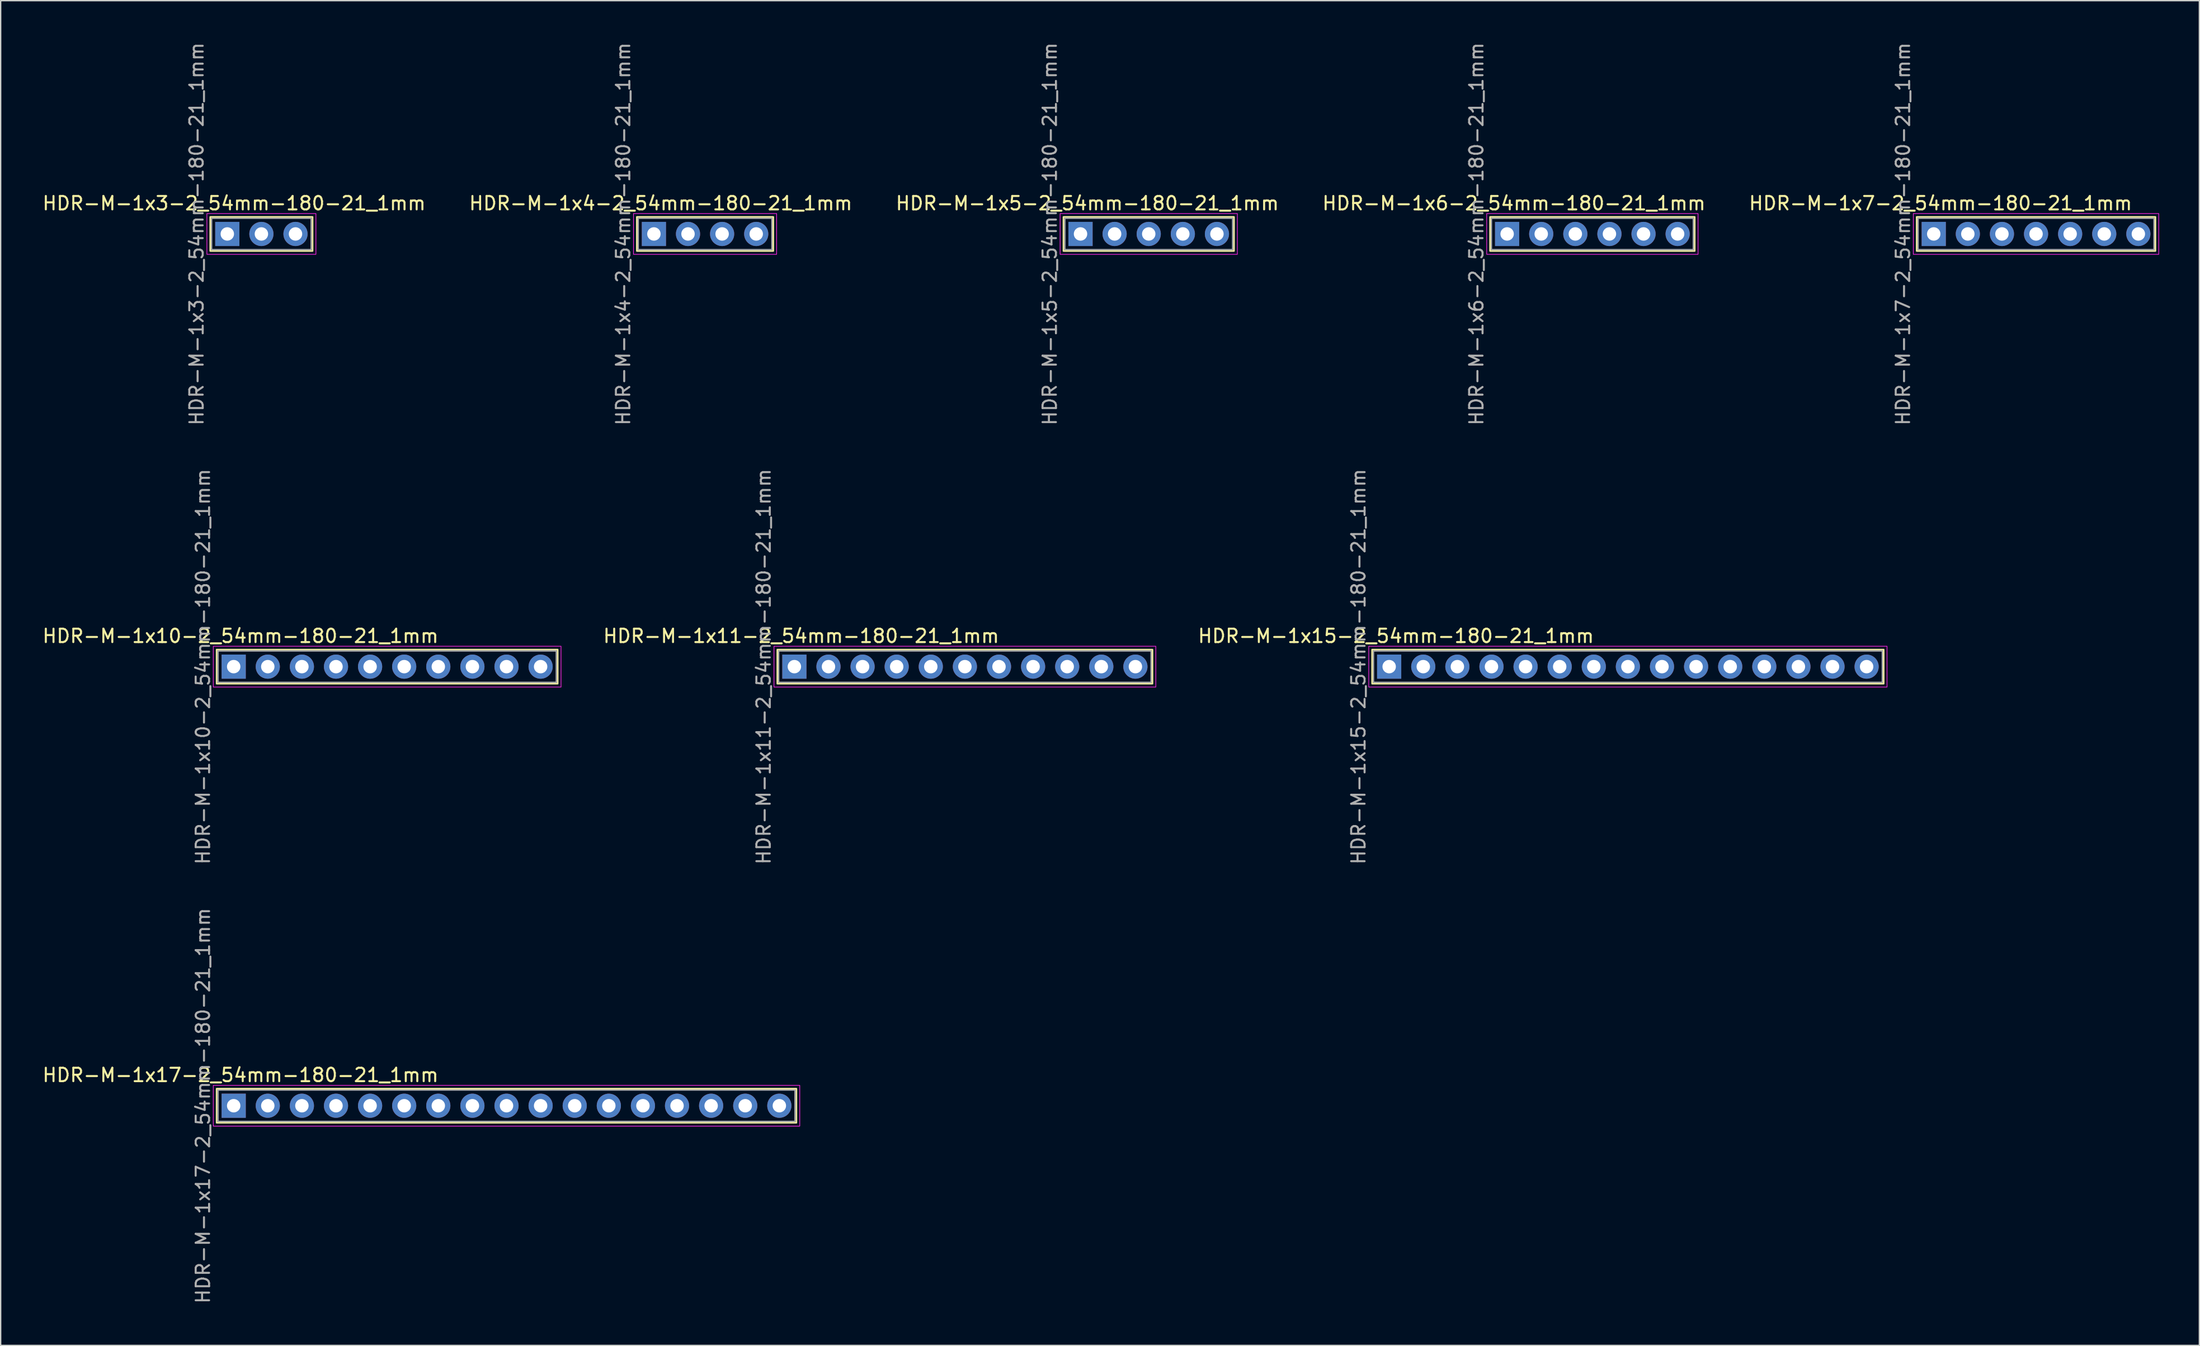
<source format=kicad_pcb>
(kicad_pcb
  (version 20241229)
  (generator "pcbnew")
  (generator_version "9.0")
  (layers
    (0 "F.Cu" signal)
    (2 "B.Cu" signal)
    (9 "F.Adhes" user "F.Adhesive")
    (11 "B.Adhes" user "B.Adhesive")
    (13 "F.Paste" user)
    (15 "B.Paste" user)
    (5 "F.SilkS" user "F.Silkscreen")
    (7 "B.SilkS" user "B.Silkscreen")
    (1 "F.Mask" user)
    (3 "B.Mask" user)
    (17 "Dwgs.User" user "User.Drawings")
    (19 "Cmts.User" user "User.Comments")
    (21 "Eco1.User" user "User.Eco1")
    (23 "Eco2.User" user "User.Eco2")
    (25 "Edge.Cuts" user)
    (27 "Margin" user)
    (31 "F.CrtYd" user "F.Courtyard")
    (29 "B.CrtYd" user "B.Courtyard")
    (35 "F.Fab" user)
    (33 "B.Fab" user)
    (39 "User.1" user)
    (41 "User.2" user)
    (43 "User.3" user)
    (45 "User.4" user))
  (footprint "HDR-M-1x5-2_54mm-180-21_1mm"
    (layer "F.Cu")
    (at 77.427 14.387)
    (property "Reference" "HDR-M-1x5-2_54mm-180-21_1mm" (at 0.508 -2.286 0) (unlocked yes) (layer "F.SilkS") (effects (font (size 1 1) (thickness 0.15))))
    (attr through_hole)
    (fp_rect (start -1.27 -1.27) (end 11.43 1.27) (stroke (width 0.12) (type solid)) (fill no) (layer "F.SilkS"))
    (fp_rect (start -1.52 -1.52) (end 11.68 1.52) (stroke (width 0.05) (type solid)) (fill no) (layer "F.CrtYd"))
    (fp_rect (start -1.17 -1.17) (end 11.33 1.17) (stroke (width 0.1) (type solid)) (fill no) (layer "F.Fab"))
    (fp_text user "${REFERENCE}" (at -2.286 0 90) (unlocked yes) (layer "F.Fab") (effects (font (size 1 1) (thickness 0.15))))
    (pad "1" thru_hole rect (at 0 0) (size 1.8 1.8) (drill 1) (layers "*.Cu" "*.Mask"))
    (pad "2" thru_hole circle (at 2.54 0) (size 1.8 1.8) (drill 1) (layers "*.Cu" "*.Mask"))
    (pad "3" thru_hole circle (at 5.08 0) (size 1.8 1.8) (drill 1) (layers "*.Cu" "*.Mask"))
    (pad "4" thru_hole circle (at 7.62 0) (size 1.8 1.8) (drill 1) (layers "*.Cu" "*.Mask"))
    (pad "5" thru_hole circle (at 10.16 0) (size 1.8 1.8) (drill 1) (layers "*.Cu" "*.Mask")))
  (footprint "HDR-M-1x17-2_54mm-180-21_1mm"
    (layer "F.Cu")
    (at 14.355 79.363)
    (property "Reference" "HDR-M-1x17-2_54mm-180-21_1mm" (at 0.508 -2.286 0) (unlocked yes) (layer "F.SilkS") (effects (font (size 1 1) (thickness 0.15))))
    (attr through_hole)
    (fp_rect (start -1.27 -1.27) (end 41.91 1.27) (stroke (width 0.12) (type solid)) (fill no) (layer "F.SilkS"))
    (fp_rect (start -1.52 -1.52) (end 42.16 1.52) (stroke (width 0.05) (type solid)) (fill no) (layer "F.CrtYd"))
    (fp_rect (start -1.17 -1.17) (end 41.81 1.17) (stroke (width 0.1) (type solid)) (fill no) (layer "F.Fab"))
    (fp_text user "${REFERENCE}" (at -2.286 0 90) (unlocked yes) (layer "F.Fab") (effects (font (size 1 1) (thickness 0.15))))
    (pad "1" thru_hole rect (at 0 0) (size 1.8 1.8) (drill 1) (layers "*.Cu" "*.Mask"))
    (pad "2" thru_hole circle (at 2.54 0) (size 1.8 1.8) (drill 1) (layers "*.Cu" "*.Mask"))
    (pad "3" thru_hole circle (at 5.08 0) (size 1.8 1.8) (drill 1) (layers "*.Cu" "*.Mask"))
    (pad "4" thru_hole circle (at 7.62 0) (size 1.8 1.8) (drill 1) (layers "*.Cu" "*.Mask"))
    (pad "5" thru_hole circle (at 10.16 0) (size 1.8 1.8) (drill 1) (layers "*.Cu" "*.Mask"))
    (pad "6" thru_hole circle (at 12.7 0) (size 1.8 1.8) (drill 1) (layers "*.Cu" "*.Mask"))
    (pad "7" thru_hole circle (at 15.24 0) (size 1.8 1.8) (drill 1) (layers "*.Cu" "*.Mask"))
    (pad "8" thru_hole circle (at 17.78 0) (size 1.8 1.8) (drill 1) (layers "*.Cu" "*.Mask"))
    (pad "9" thru_hole circle (at 20.32 0) (size 1.8 1.8) (drill 1) (layers "*.Cu" "*.Mask"))
    (pad "10" thru_hole circle (at 22.86 0) (size 1.8 1.8) (drill 1) (layers "*.Cu" "*.Mask"))
    (pad "11" thru_hole circle (at 25.4 0) (size 1.8 1.8) (drill 1) (layers "*.Cu" "*.Mask"))
    (pad "12" thru_hole circle (at 27.94 0) (size 1.8 1.8) (drill 1) (layers "*.Cu" "*.Mask"))
    (pad "13" thru_hole circle (at 30.48 0) (size 1.8 1.8) (drill 1) (layers "*.Cu" "*.Mask"))
    (pad "14" thru_hole circle (at 33.02 0) (size 1.8 1.8) (drill 1) (layers "*.Cu" "*.Mask"))
    (pad "15" thru_hole circle (at 35.56 0) (size 1.8 1.8) (drill 1) (layers "*.Cu" "*.Mask"))
    (pad "16" thru_hole circle (at 38.1 0) (size 1.8 1.8) (drill 1) (layers "*.Cu" "*.Mask"))
    (pad "17" thru_hole circle (at 40.64 0) (size 1.8 1.8) (drill 1) (layers "*.Cu" "*.Mask")))
  (footprint "HDR-M-1x6-2_54mm-180-21_1mm"
    (layer "F.Cu")
    (at 109.2 14.387)
    (property "Reference" "HDR-M-1x6-2_54mm-180-21_1mm" (at 0.508 -2.286 0) (unlocked yes) (layer "F.SilkS") (effects (font (size 1 1) (thickness 0.15))))
    (attr through_hole)
    (fp_rect (start -1.27 -1.27) (end 13.97 1.27) (stroke (width 0.12) (type solid)) (fill no) (layer "F.SilkS"))
    (fp_rect (start -1.52 -1.52) (end 14.22 1.52) (stroke (width 0.05) (type solid)) (fill no) (layer "F.CrtYd"))
    (fp_rect (start -1.17 -1.17) (end 13.87 1.17) (stroke (width 0.1) (type solid)) (fill no) (layer "F.Fab"))
    (fp_text user "${REFERENCE}" (at -2.286 0 90) (unlocked yes) (layer "F.Fab") (effects (font (size 1 1) (thickness 0.15))))
    (pad "1" thru_hole rect (at 0 0) (size 1.8 1.8) (drill 1) (layers "*.Cu" "*.Mask"))
    (pad "2" thru_hole circle (at 2.54 0) (size 1.8 1.8) (drill 1) (layers "*.Cu" "*.Mask"))
    (pad "3" thru_hole circle (at 5.08 0) (size 1.8 1.8) (drill 1) (layers "*.Cu" "*.Mask"))
    (pad "4" thru_hole circle (at 7.62 0) (size 1.8 1.8) (drill 1) (layers "*.Cu" "*.Mask"))
    (pad "5" thru_hole circle (at 10.16 0) (size 1.8 1.8) (drill 1) (layers "*.Cu" "*.Mask"))
    (pad "6" thru_hole circle (at 12.7 0) (size 1.8 1.8) (drill 1) (layers "*.Cu" "*.Mask")))
  (footprint "HDR-M-1x3-2_54mm-180-21_1mm"
    (layer "F.Cu")
    (at 13.879 14.387)
    (property "Reference" "HDR-M-1x3-2_54mm-180-21_1mm" (at 0.508 -2.286 0) (unlocked yes) (layer "F.SilkS") (effects (font (size 1 1) (thickness 0.15))))
    (attr through_hole)
    (fp_rect (start -1.27 -1.27) (end 6.35 1.27) (stroke (width 0.12) (type solid)) (fill no) (layer "F.SilkS"))
    (fp_rect (start -1.52 -1.52) (end 6.6 1.52) (stroke (width 0.05) (type solid)) (fill no) (layer "F.CrtYd"))
    (fp_rect (start -1.17 -1.17) (end 6.25 1.17) (stroke (width 0.1) (type solid)) (fill no) (layer "F.Fab"))
    (fp_text user "${REFERENCE}" (at -2.286 0 90) (unlocked yes) (layer "F.Fab") (effects (font (size 1 1) (thickness 0.15))))
    (pad "1" thru_hole rect (at 0 0) (size 1.8 1.8) (drill 1) (layers "*.Cu" "*.Mask"))
    (pad "2" thru_hole circle (at 2.54 0) (size 1.8 1.8) (drill 1) (layers "*.Cu" "*.Mask"))
    (pad "3" thru_hole circle (at 5.08 0) (size 1.8 1.8) (drill 1) (layers "*.Cu" "*.Mask")))
  (footprint "HDR-M-1x15-2_54mm-180-21_1mm"
    (layer "F.Cu")
    (at 100.415 46.637)
    (property "Reference" "HDR-M-1x15-2_54mm-180-21_1mm" (at 0.508 -2.286 0) (unlocked yes) (layer "F.SilkS") (effects (font (size 1 1) (thickness 0.15))))
    (attr through_hole)
    (fp_rect (start -1.27 -1.27) (end 36.83 1.27) (stroke (width 0.12) (type solid)) (fill no) (layer "F.SilkS"))
    (fp_rect (start -1.52 -1.52) (end 37.08 1.52) (stroke (width 0.05) (type solid)) (fill no) (layer "F.CrtYd"))
    (fp_rect (start -1.17 -1.17) (end 36.73 1.17) (stroke (width 0.1) (type solid)) (fill no) (layer "F.Fab"))
    (fp_text user "${REFERENCE}" (at -2.286 0 90) (unlocked yes) (layer "F.Fab") (effects (font (size 1 1) (thickness 0.15))))
    (pad "1" thru_hole rect (at 0 0) (size 1.8 1.8) (drill 1) (layers "*.Cu" "*.Mask"))
    (pad "2" thru_hole circle (at 2.54 0) (size 1.8 1.8) (drill 1) (layers "*.Cu" "*.Mask"))
    (pad "3" thru_hole circle (at 5.08 0) (size 1.8 1.8) (drill 1) (layers "*.Cu" "*.Mask"))
    (pad "4" thru_hole circle (at 7.62 0) (size 1.8 1.8) (drill 1) (layers "*.Cu" "*.Mask"))
    (pad "5" thru_hole circle (at 10.16 0) (size 1.8 1.8) (drill 1) (layers "*.Cu" "*.Mask"))
    (pad "6" thru_hole circle (at 12.7 0) (size 1.8 1.8) (drill 1) (layers "*.Cu" "*.Mask"))
    (pad "7" thru_hole circle (at 15.24 0) (size 1.8 1.8) (drill 1) (layers "*.Cu" "*.Mask"))
    (pad "8" thru_hole circle (at 17.78 0) (size 1.8 1.8) (drill 1) (layers "*.Cu" "*.Mask"))
    (pad "9" thru_hole circle (at 20.32 0) (size 1.8 1.8) (drill 1) (layers "*.Cu" "*.Mask"))
    (pad "10" thru_hole circle (at 22.86 0) (size 1.8 1.8) (drill 1) (layers "*.Cu" "*.Mask"))
    (pad "11" thru_hole circle (at 25.4 0) (size 1.8 1.8) (drill 1) (layers "*.Cu" "*.Mask"))
    (pad "12" thru_hole circle (at 27.94 0) (size 1.8 1.8) (drill 1) (layers "*.Cu" "*.Mask"))
    (pad "13" thru_hole circle (at 30.48 0) (size 1.8 1.8) (drill 1) (layers "*.Cu" "*.Mask"))
    (pad "14" thru_hole circle (at 33.02 0) (size 1.8 1.8) (drill 1) (layers "*.Cu" "*.Mask"))
    (pad "15" thru_hole circle (at 35.56 0) (size 1.8 1.8) (drill 1) (layers "*.Cu" "*.Mask")))
  (footprint "HDR-M-1x4-2_54mm-180-21_1mm"
    (layer "F.Cu")
    (at 45.653 14.387)
    (property "Reference" "HDR-M-1x4-2_54mm-180-21_1mm" (at 0.508 -2.286 0) (unlocked yes) (layer "F.SilkS") (effects (font (size 1 1) (thickness 0.15))))
    (attr through_hole)
    (fp_rect (start -1.27 -1.27) (end 8.89 1.27) (stroke (width 0.12) (type solid)) (fill no) (layer "F.SilkS"))
    (fp_rect (start -1.52 -1.52) (end 9.14 1.52) (stroke (width 0.05) (type solid)) (fill no) (layer "F.CrtYd"))
    (fp_rect (start -1.17 -1.17) (end 8.79 1.17) (stroke (width 0.1) (type solid)) (fill no) (layer "F.Fab"))
    (fp_text user "${REFERENCE}" (at -2.286 0 90) (unlocked yes) (layer "F.Fab") (effects (font (size 1 1) (thickness 0.15))))
    (pad "1" thru_hole rect (at 0 0) (size 1.8 1.8) (drill 1) (layers "*.Cu" "*.Mask"))
    (pad "2" thru_hole circle (at 2.54 0) (size 1.8 1.8) (drill 1) (layers "*.Cu" "*.Mask"))
    (pad "3" thru_hole circle (at 5.08 0) (size 1.8 1.8) (drill 1) (layers "*.Cu" "*.Mask"))
    (pad "4" thru_hole circle (at 7.62 0) (size 1.8 1.8) (drill 1) (layers "*.Cu" "*.Mask")))
  (footprint "HDR-M-1x11-2_54mm-180-21_1mm"
    (layer "F.Cu")
    (at 56.115 46.637)
    (property "Reference" "HDR-M-1x11-2_54mm-180-21_1mm" (at 0.508 -2.286 0) (unlocked yes) (layer "F.SilkS") (effects (font (size 1 1) (thickness 0.15))))
    (attr through_hole)
    (fp_rect (start -1.27 -1.27) (end 26.67 1.27) (stroke (width 0.12) (type solid)) (fill no) (layer "F.SilkS"))
    (fp_rect (start -1.52 -1.52) (end 26.92 1.52) (stroke (width 0.05) (type solid)) (fill no) (layer "F.CrtYd"))
    (fp_rect (start -1.17 -1.17) (end 26.57 1.17) (stroke (width 0.1) (type solid)) (fill no) (layer "F.Fab"))
    (fp_text user "${REFERENCE}" (at -2.286 0 90) (unlocked yes) (layer "F.Fab") (effects (font (size 1 1) (thickness 0.15))))
    (pad "1" thru_hole rect (at 0 0) (size 1.8 1.8) (drill 1) (layers "*.Cu" "*.Mask"))
    (pad "2" thru_hole circle (at 2.54 0) (size 1.8 1.8) (drill 1) (layers "*.Cu" "*.Mask"))
    (pad "3" thru_hole circle (at 5.08 0) (size 1.8 1.8) (drill 1) (layers "*.Cu" "*.Mask"))
    (pad "4" thru_hole circle (at 7.62 0) (size 1.8 1.8) (drill 1) (layers "*.Cu" "*.Mask"))
    (pad "5" thru_hole circle (at 10.16 0) (size 1.8 1.8) (drill 1) (layers "*.Cu" "*.Mask"))
    (pad "6" thru_hole circle (at 12.7 0) (size 1.8 1.8) (drill 1) (layers "*.Cu" "*.Mask"))
    (pad "7" thru_hole circle (at 15.24 0) (size 1.8 1.8) (drill 1) (layers "*.Cu" "*.Mask"))
    (pad "8" thru_hole circle (at 17.78 0) (size 1.8 1.8) (drill 1) (layers "*.Cu" "*.Mask"))
    (pad "9" thru_hole circle (at 20.32 0) (size 1.8 1.8) (drill 1) (layers "*.Cu" "*.Mask"))
    (pad "10" thru_hole circle (at 22.86 0) (size 1.8 1.8) (drill 1) (layers "*.Cu" "*.Mask"))
    (pad "11" thru_hole circle (at 25.4 0) (size 1.8 1.8) (drill 1) (layers "*.Cu" "*.Mask")))
  (footprint "HDR-M-1x10-2_54mm-180-21_1mm"
    (layer "F.Cu")
    (at 14.355 46.637)
    (property "Reference" "HDR-M-1x10-2_54mm-180-21_1mm" (at 0.508 -2.286 0) (unlocked yes) (layer "F.SilkS") (effects (font (size 1 1) (thickness 0.15))))
    (attr through_hole)
    (fp_rect (start -1.27 -1.27) (end 24.13 1.27) (stroke (width 0.12) (type solid)) (fill no) (layer "F.SilkS"))
    (fp_rect (start -1.52 -1.52) (end 24.38 1.52) (stroke (width 0.05) (type solid)) (fill no) (layer "F.CrtYd"))
    (fp_rect (start -1.17 -1.17) (end 24.03 1.17) (stroke (width 0.1) (type solid)) (fill no) (layer "F.Fab"))
    (fp_text user "${REFERENCE}" (at -2.286 0 90) (unlocked yes) (layer "F.Fab") (effects (font (size 1 1) (thickness 0.15))))
    (pad "1" thru_hole rect (at 0 0) (size 1.8 1.8) (drill 1) (layers "*.Cu" "*.Mask"))
    (pad "2" thru_hole circle (at 2.54 0) (size 1.8 1.8) (drill 1) (layers "*.Cu" "*.Mask"))
    (pad "3" thru_hole circle (at 5.08 0) (size 1.8 1.8) (drill 1) (layers "*.Cu" "*.Mask"))
    (pad "4" thru_hole circle (at 7.62 0) (size 1.8 1.8) (drill 1) (layers "*.Cu" "*.Mask"))
    (pad "5" thru_hole circle (at 10.16 0) (size 1.8 1.8) (drill 1) (layers "*.Cu" "*.Mask"))
    (pad "6" thru_hole circle (at 12.7 0) (size 1.8 1.8) (drill 1) (layers "*.Cu" "*.Mask"))
    (pad "7" thru_hole circle (at 15.24 0) (size 1.8 1.8) (drill 1) (layers "*.Cu" "*.Mask"))
    (pad "8" thru_hole circle (at 17.78 0) (size 1.8 1.8) (drill 1) (layers "*.Cu" "*.Mask"))
    (pad "9" thru_hole circle (at 20.32 0) (size 1.8 1.8) (drill 1) (layers "*.Cu" "*.Mask"))
    (pad "10" thru_hole circle (at 22.86 0) (size 1.8 1.8) (drill 1) (layers "*.Cu" "*.Mask")))
  (footprint "HDR-M-1x7-2_54mm-180-21_1mm"
    (layer "F.Cu")
    (at 140.974 14.387)
    (property "Reference" "HDR-M-1x7-2_54mm-180-21_1mm" (at 0.508 -2.286 0) (unlocked yes) (layer "F.SilkS") (effects (font (size 1 1) (thickness 0.15))))
    (attr through_hole)
    (fp_rect (start -1.27 -1.27) (end 16.51 1.27) (stroke (width 0.12) (type solid)) (fill no) (layer "F.SilkS"))
    (fp_rect (start -1.52 -1.52) (end 16.76 1.52) (stroke (width 0.05) (type solid)) (fill no) (layer "F.CrtYd"))
    (fp_rect (start -1.17 -1.17) (end 16.41 1.17) (stroke (width 0.1) (type solid)) (fill no) (layer "F.Fab"))
    (fp_text user "${REFERENCE}" (at -2.286 0 90) (unlocked yes) (layer "F.Fab") (effects (font (size 1 1) (thickness 0.15))))
    (pad "1" thru_hole rect (at 0 0) (size 1.8 1.8) (drill 1) (layers "*.Cu" "*.Mask"))
    (pad "2" thru_hole circle (at 2.54 0) (size 1.8 1.8) (drill 1) (layers "*.Cu" "*.Mask"))
    (pad "3" thru_hole circle (at 5.08 0) (size 1.8 1.8) (drill 1) (layers "*.Cu" "*.Mask"))
    (pad "4" thru_hole circle (at 7.62 0) (size 1.8 1.8) (drill 1) (layers "*.Cu" "*.Mask"))
    (pad "5" thru_hole circle (at 10.16 0) (size 1.8 1.8) (drill 1) (layers "*.Cu" "*.Mask"))
    (pad "6" thru_hole circle (at 12.7 0) (size 1.8 1.8) (drill 1) (layers "*.Cu" "*.Mask"))
    (pad "7" thru_hole circle (at 15.24 0) (size 1.8 1.8) (drill 1) (layers "*.Cu" "*.Mask")))
  (gr_rect
    (start -3 -3)
    (end 160.759 97.226)
    (stroke (width 0.1) (type default))
    (fill no)
    (layer "Edge.Cuts")))
</source>
